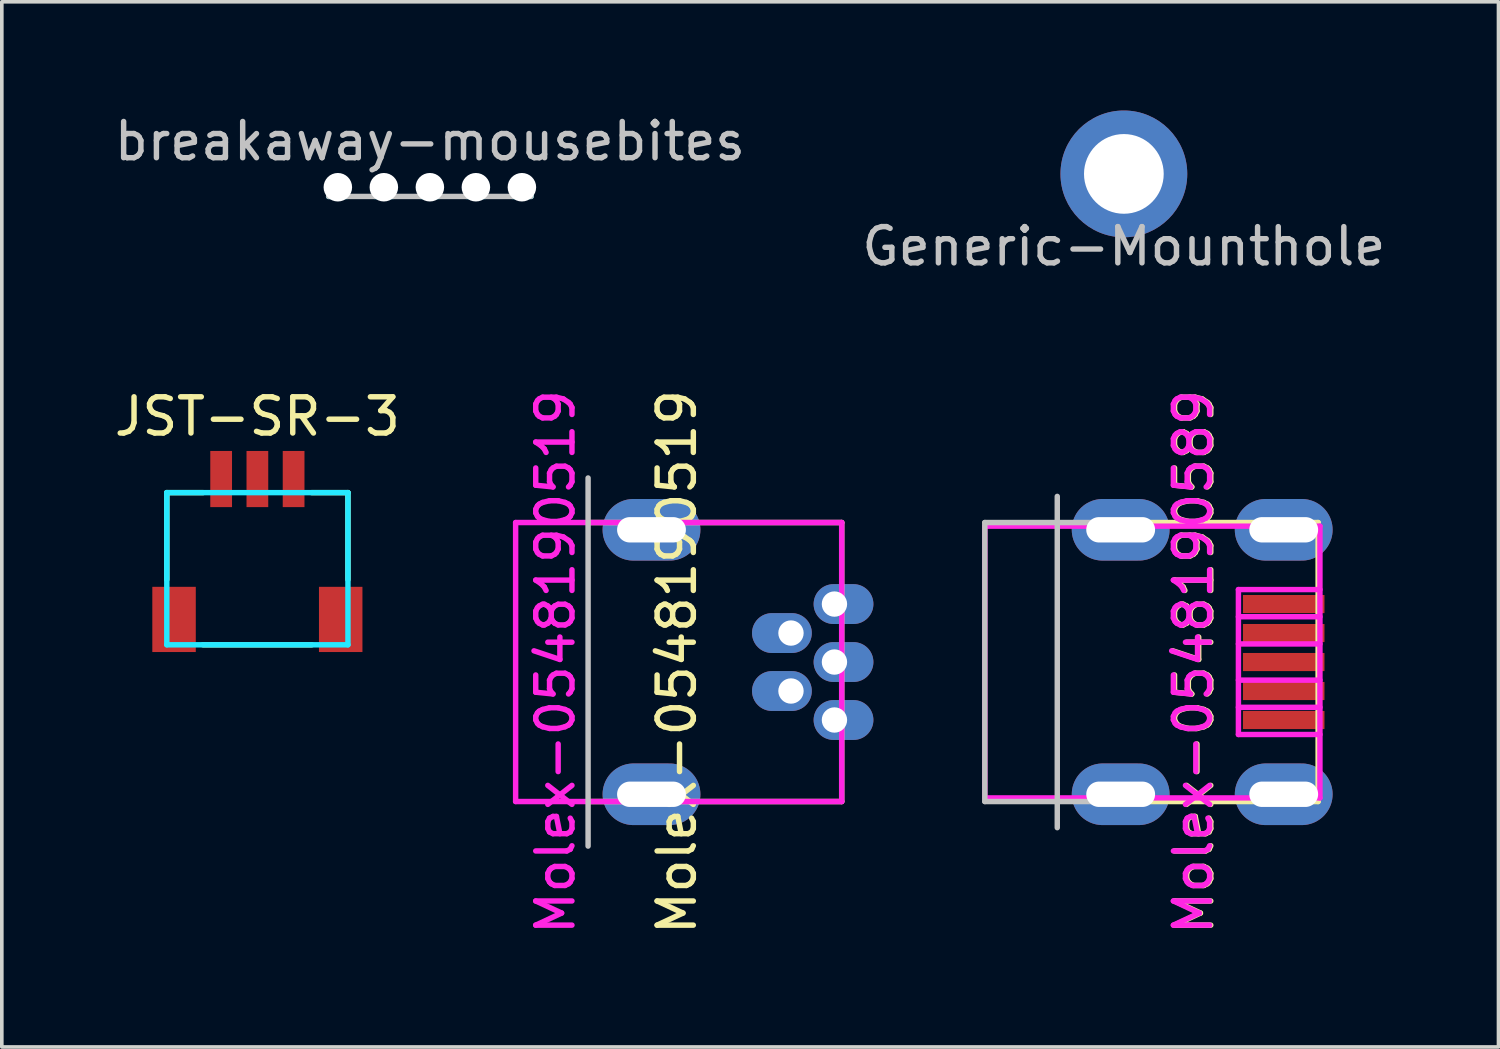
<source format=kicad_pcb>
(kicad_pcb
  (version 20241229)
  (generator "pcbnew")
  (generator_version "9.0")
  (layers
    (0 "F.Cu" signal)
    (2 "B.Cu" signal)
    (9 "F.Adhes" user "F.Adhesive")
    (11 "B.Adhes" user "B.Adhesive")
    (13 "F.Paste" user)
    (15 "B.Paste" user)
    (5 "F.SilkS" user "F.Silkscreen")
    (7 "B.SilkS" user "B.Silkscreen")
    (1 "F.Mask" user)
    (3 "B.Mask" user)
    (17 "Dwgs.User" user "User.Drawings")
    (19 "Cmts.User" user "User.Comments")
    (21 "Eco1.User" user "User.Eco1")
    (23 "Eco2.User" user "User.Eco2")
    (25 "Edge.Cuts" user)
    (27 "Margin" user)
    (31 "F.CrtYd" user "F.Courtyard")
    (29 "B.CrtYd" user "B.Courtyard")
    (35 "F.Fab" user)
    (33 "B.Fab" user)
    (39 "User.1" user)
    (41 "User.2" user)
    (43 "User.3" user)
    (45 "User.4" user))
  (footprint "JST-SR-3"
    (layer "F.Cu")
    (at 4.054 14.947)
    (property "Reference" "JST-SR-3" (at 0 -6.5 0) (layer "F.SilkS") (effects (font (size 1 1) (thickness 0.15))))
    (attr through_hole)
    (fp_line (start -2.5 -4.4) (end -1.5 -4.4) (stroke (width 0.15) (type solid)) (layer "F.SilkS"))
    (fp_line (start -2.5 -2) (end -2.5 -4.4) (stroke (width 0.15) (type solid)) (layer "F.SilkS"))
    (fp_line (start 1.5 -4.4) (end 2.5 -4.4) (stroke (width 0.15) (type solid)) (layer "F.SilkS"))
    (fp_line (start 1.5 -0.2) (end -1.5 -0.2) (stroke (width 0.15) (type solid)) (layer "F.SilkS"))
    (fp_line (start 2.5 -4.4) (end 2.5 -2) (stroke (width 0.15) (type solid)) (layer "F.SilkS"))
    (fp_line (start -2.5 -4.4) (end 2.5 -4.4) (stroke (width 0.15) (type solid)) (layer "B.CrtYd"))
    (fp_line (start -2.5 -0.2) (end -2.5 -4.4) (stroke (width 0.15) (type solid)) (layer "B.CrtYd"))
    (fp_line (start 2.5 -4.4) (end 2.5 -0.2) (stroke (width 0.15) (type solid)) (layer "B.CrtYd"))
    (fp_line (start 2.5 -0.2) (end -2.5 -0.2) (stroke (width 0.15) (type solid)) (layer "B.CrtYd"))
    (pad "" smd rect (at -2.3 -0.9) (size 1.2 1.8) (layers "F.Cu" "F.Mask" "F.Paste"))
    (pad "" smd rect (at 2.3 -0.9) (size 1.2 1.8) (layers "F.Cu" "F.Mask" "F.Paste"))
    (pad "1" smd rect (at -1 -4.775) (size 0.6 1.55) (layers "F.Cu" "F.Mask" "F.Paste"))
    (pad "2" smd rect (at 0 -4.775) (size 0.6 1.55) (layers "F.Cu" "F.Mask" "F.Paste"))
    (pad "3" smd rect (at 1 -4.775) (size 0.6 1.55) (layers "F.Cu" "F.Mask" "F.Paste")))
  (footprint "breakaway-mousebites"
    (layer "F.Cu")
    (at 8.815 2.372)
    (property "Reference" "breakaway-mousebites" (at 0 -1.524 0) (layer "Dwgs.User") (effects (font (size 1 1) (thickness 0.15))))
    (attr exclude_from_pos_files exclude_from_bom)
    (fp_line (start -2.794 0) (end 2.794 0) (stroke (width 0.15) (type solid)) (layer "Dwgs.User"))
    (fp_line (start -2.286 0) (end -2.794 0) (stroke (width 0.15) (type solid)) (layer "B.CrtYd"))
    (fp_line (start -1.016 0) (end -1.524 0) (stroke (width 0.15) (type solid)) (layer "B.CrtYd"))
    (fp_line (start 0.254 0) (end -0.254 0) (stroke (width 0.15) (type solid)) (layer "B.CrtYd"))
    (fp_line (start 1.016 0) (end 1.524 0) (stroke (width 0.15) (type solid)) (layer "B.CrtYd"))
    (fp_line (start 2.286 0) (end 2.794 0) (stroke (width 0.15) (type solid)) (layer "B.CrtYd"))
    (pad "" np_thru_hole circle (at -2.54 -0.254) (size 0.787 0.787) (drill 0.787) (layers "*.Cu" "*.Mask"))
    (pad "" np_thru_hole circle (at -1.27 -0.254) (size 0.787 0.787) (drill 0.787) (layers "*.Cu" "*.Mask"))
    (pad "" np_thru_hole circle (at 0 -0.254) (size 0.787 0.787) (drill 0.787) (layers "*.Cu" "*.Mask"))
    (pad "" np_thru_hole circle (at 1.27 -0.254) (size 0.787 0.787) (drill 0.787) (layers "*.Cu" "*.Mask"))
    (pad "" np_thru_hole circle (at 2.54 -0.254) (size 0.787 0.787) (drill 0.787) (layers "*.Cu" "*.Mask")))
  (footprint "Molex-0548190519"
    (layer "F.Cu")
    (at 13.182 15.223)
    (property "Reference" "Molex-0548190519" (at -0.9 0 90) (layer "F.CrtYd") (effects (font (size 1 1) (thickness 0.15))))
    (attr smd)
    (fp_line (start 0 -3.85) (end 7 -3.85) (stroke (width 0.15) (type solid)) (layer "F.SilkS"))
    (fp_line (start 7 -3.85) (end 7 3.85) (stroke (width 0.15) (type solid)) (layer "F.SilkS"))
    (fp_line (start 7 3.85) (end 0 3.85) (stroke (width 0.15) (type solid)) (layer "F.SilkS"))
    (fp_line (start 0 -5.08) (end 0 5.08) (stroke (width 0.15) (type solid)) (layer "Dwgs.User"))
    (fp_line (start -2 -3.85) (end -2 3.85) (stroke (width 0.15) (type solid)) (layer "F.CrtYd"))
    (fp_line (start -2 -3.85) (end 7 -3.85) (stroke (width 0.15) (type solid)) (layer "F.CrtYd"))
    (fp_line (start -2 3.85) (end 7 3.85) (stroke (width 0.15) (type solid)) (layer "F.CrtYd"))
    (fp_line (start 7 3.85) (end 7 -3.85) (stroke (width 0.15) (type solid)) (layer "F.CrtYd"))
    (fp_text user "${REFERENCE}" (at 2.45 0 90) (layer "F.SilkS") (effects (font (size 1 1) (thickness 0.15))))
    (pad "1" thru_hole oval (at 6.8 1.6) (size 1.65 1.1) (drill oval 0.7 (offset 0.25 0)) (layers "*.Cu" "B.Mask"))
    (pad "2" thru_hole oval (at 5.6 0.8 180) (size 1.65 1.1) (drill oval 0.7 (offset 0.25 0)) (layers "*.Cu" "B.Mask"))
    (pad "3" thru_hole oval (at 6.8 0) (size 1.65 1.1) (drill oval 0.7 (offset 0.25 0)) (layers "*.Cu" "B.Mask"))
    (pad "4" thru_hole oval (at 5.6 -0.8 180) (size 1.65 1.1) (drill oval 0.7 (offset 0.25 0)) (layers "*.Cu" "B.Mask"))
    (pad "5" thru_hole oval (at 6.8 -1.6) (size 1.65 1.1) (drill oval 0.7 (offset 0.25 0)) (layers "*.Cu" "B.Mask"))
    (pad "6" thru_hole oval (at 1.75 -3.65) (size 2.7 1.7) (drill oval 1.9 0.7) (layers "*.Cu" "*.Mask"))
    (pad "6" thru_hole oval (at 1.75 3.65) (size 2.7 1.7) (drill oval 1.9 0.7) (layers "*.Cu" "*.Mask")))
  (footprint "Generic-Mounthole"
    (layer "F.Cu")
    (at 27.97 1.75)
    (property "Reference" "Generic-Mounthole" (at 0 2 0) (layer "Dwgs.User") (effects (font (size 1 1) (thickness 0.15))))
    (attr exclude_from_pos_files exclude_from_bom)
    (pad "1" thru_hole circle (at 0 0) (size 3.5 3.5) (drill 2.2) (layers "*.Cu" "*.Mask")))
  (footprint "Molex-0548190589"
    (layer "F.Cu")
    (at 27.882 15.223)
    (property "Reference" "Molex-0548190589" (at 2.032 0 90) (layer "F.SilkS") (effects (font (size 1 1) (thickness 0.15))))
    (attr smd)
    (fp_line (start 0 -3.85) (end 5.45 -3.85) (stroke (width 0.15) (type solid)) (layer "F.SilkS"))
    (fp_line (start 0 3.85) (end 5.45 3.85) (stroke (width 0.15) (type solid)) (layer "F.SilkS"))
    (fp_line (start 5.45 -3.85) (end 5.45 3.85) (stroke (width 0.15) (type solid)) (layer "F.SilkS"))
    (fp_line (start -3.75 -3.85) (end -3.75 3.85) (stroke (width 0.15) (type solid)) (layer "Dwgs.User"))
    (fp_line (start -3.75 -3.85) (end 0 -3.85) (stroke (width 0.15) (type solid)) (layer "Dwgs.User"))
    (fp_line (start -3.75 3.85) (end 0 3.85) (stroke (width 0.15) (type solid)) (layer "Dwgs.User"))
    (fp_line (start -1.75 -4.572) (end -1.75 4.572) (stroke (width 0.15) (type solid)) (layer "Dwgs.User"))
    (fp_line (start -3.75 -3.75) (end 5.5 -3.75) (stroke (width 0.15) (type solid)) (layer "F.CrtYd"))
    (fp_line (start -3.75 3.75) (end -3.75 -3.75) (stroke (width 0.15) (type solid)) (layer "F.CrtYd"))
    (fp_line (start 3.25 -2) (end 3.25 2) (stroke (width 0.15) (type solid)) (layer "F.CrtYd"))
    (fp_line (start 3.25 -1.25) (end 5.5 -1.25) (stroke (width 0.15) (type solid)) (layer "F.CrtYd"))
    (fp_line (start 3.25 0.5) (end 5.5 0.5) (stroke (width 0.15) (type solid)) (layer "F.CrtYd"))
    (fp_line (start 3.25 2) (end 5.5 2) (stroke (width 0.15) (type solid)) (layer "F.CrtYd"))
    (fp_line (start 5.5 -3.75) (end 5.5 3.75) (stroke (width 0.15) (type solid)) (layer "F.CrtYd"))
    (fp_line (start 5.5 -2) (end 3.25 -2) (stroke (width 0.15) (type solid)) (layer "F.CrtYd"))
    (fp_line (start 5.5 -0.5) (end 3.25 -0.5) (stroke (width 0.15) (type solid)) (layer "F.CrtYd"))
    (fp_line (start 5.5 1.25) (end 3.25 1.25) (stroke (width 0.15) (type solid)) (layer "F.CrtYd"))
    (fp_line (start 5.5 3.75) (end -3.75 3.75) (stroke (width 0.15) (type solid)) (layer "F.CrtYd"))
    (fp_text user "${REFERENCE}" (at 2 0 90) (layer "F.CrtYd") (effects (font (size 1 1) (thickness 0.15))))
    (pad "1" smd rect (at 4.5 1.6) (size 2.25 0.5) (layers "F.Cu" "F.Mask" "F.Paste"))
    (pad "2" smd rect (at 4.5 0.8) (size 2.25 0.5) (layers "F.Cu" "F.Mask" "F.Paste"))
    (pad "3" smd rect (at 4.5 0) (size 2.25 0.5) (layers "F.Cu" "F.Mask" "F.Paste"))
    (pad "4" smd rect (at 4.5 -0.8) (size 2.25 0.5) (layers "F.Cu" "F.Mask" "F.Paste"))
    (pad "5" smd rect (at 4.5 -1.6) (size 2.25 0.5) (layers "F.Cu" "F.Mask" "F.Paste"))
    (pad "6" thru_hole oval (at 0 -3.65) (size 2.7 1.7) (drill oval 1.9 0.7) (layers "*.Cu" "*.Mask"))
    (pad "6" thru_hole oval (at 0 3.65) (size 2.7 1.7) (drill oval 1.9 0.7) (layers "*.Cu" "*.Mask"))
    (pad "6" thru_hole oval (at 4.5 -3.65) (size 2.7 1.7) (drill oval 1.9 0.7) (layers "*.Cu" "*.Mask"))
    (pad "6" thru_hole oval (at 4.5 3.65) (size 2.7 1.7) (drill oval 1.9 0.7) (layers "*.Cu" "*.Mask")))
  (gr_rect
    (start -3 -3)
    (end 38.31 25.848)
    (stroke (width 0.1) (type default))
    (fill no)
    (layer "Edge.Cuts")))
</source>
